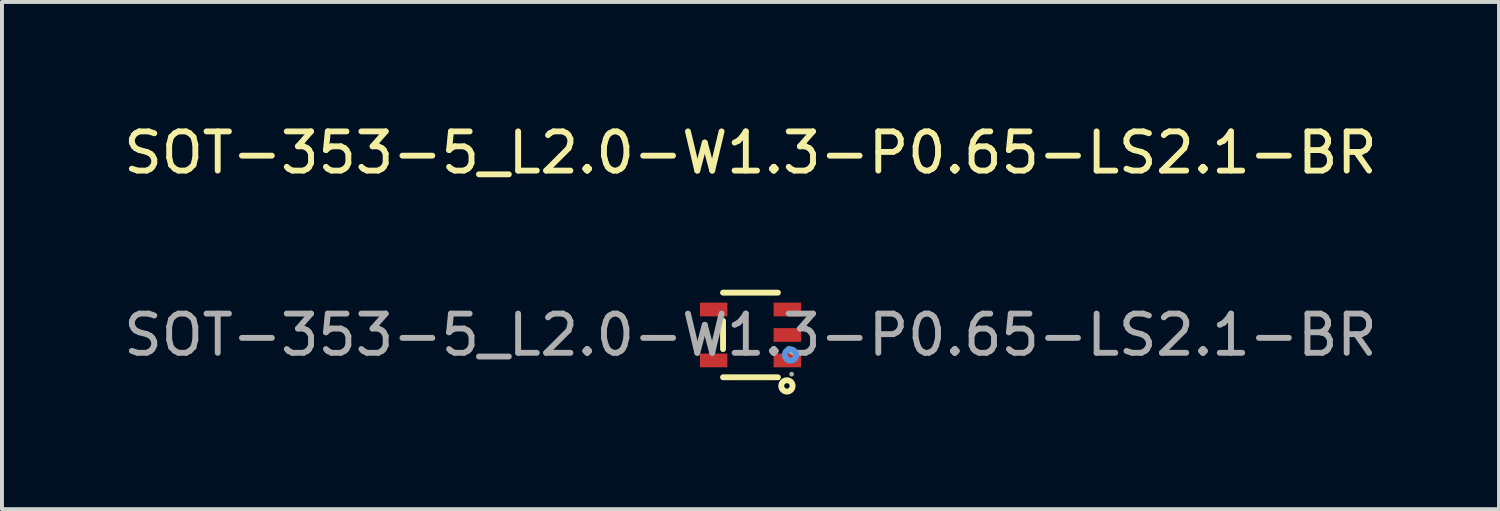
<source format=kicad_pcb>
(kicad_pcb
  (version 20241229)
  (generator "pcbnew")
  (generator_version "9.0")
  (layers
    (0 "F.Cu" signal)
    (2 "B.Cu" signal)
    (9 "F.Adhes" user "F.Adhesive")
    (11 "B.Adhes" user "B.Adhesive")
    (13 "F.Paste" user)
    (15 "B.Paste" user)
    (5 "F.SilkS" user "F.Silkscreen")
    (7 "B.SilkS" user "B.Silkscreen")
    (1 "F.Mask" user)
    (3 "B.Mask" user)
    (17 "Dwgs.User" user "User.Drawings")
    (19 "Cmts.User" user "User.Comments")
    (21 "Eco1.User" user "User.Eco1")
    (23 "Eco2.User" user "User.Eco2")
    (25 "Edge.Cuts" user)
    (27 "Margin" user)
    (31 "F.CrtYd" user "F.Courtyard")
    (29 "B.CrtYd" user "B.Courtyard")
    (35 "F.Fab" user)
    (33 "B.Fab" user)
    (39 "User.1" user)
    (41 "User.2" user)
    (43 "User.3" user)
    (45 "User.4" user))
  (footprint "SOT-353-5_L2.0-W1.3-P0.65-LS2.1-BR"
    (layer "F.Cu")
    (at 16.101 5.498)
    (property "Reference" "SOT-353-5_L2.0-W1.3-P0.65-LS2.1-BR" (at 0 -4.65 0) (layer "F.SilkS") (effects (font (size 1 1) (thickness 0.15))))
    (attr smd)
    (fp_line (start -0.7 0.36) (end -0.7 -0.36) (stroke (width 0.15) (type solid)) (layer "F.SilkS"))
    (fp_line (start 0.7 -1.08) (end -0.7 -1.08) (stroke (width 0.15) (type solid)) (layer "F.SilkS"))
    (fp_line (start 0.7 1.08) (end -0.7 1.08) (stroke (width 0.15) (type solid)) (layer "F.SilkS"))
    (fp_circle (center 0.93 1.3) (end 1 1.3) (stroke (width 0.15) (type solid)) (fill no) (layer "F.SilkS"))
    (fp_circle (center 1.02 0.51) (end 1.09 0.51) (stroke (width 0.15) (type solid)) (fill no) (layer "Cmts.User"))
    (fp_circle (center 1.05 1) (end 1.08 1) (stroke (width 0.06) (type solid)) (fill no) (layer "F.Fab"))
    (fp_text user "${REFERENCE}" (at 0 0 0) (layer "F.Fab") (effects (font (size 1 1) (thickness 0.15))))
    (pad "1" smd rect (at 0.94 0.65 90) (size 0.35 0.7) (layers "F.Cu" "F.Mask" "F.Paste"))
    (pad "2" smd rect (at 0.94 0 90) (size 0.35 0.7) (layers "F.Cu" "F.Mask" "F.Paste"))
    (pad "3" smd rect (at 0.94 -0.65 90) (size 0.35 0.7) (layers "F.Cu" "F.Mask" "F.Paste"))
    (pad "4" smd rect (at -0.94 -0.65 90) (size 0.35 0.7) (layers "F.Cu" "F.Mask" "F.Paste"))
    (pad "5" smd rect (at -0.94 0.65 90) (size 0.35 0.7) (layers "F.Cu" "F.Mask" "F.Paste")))
  (gr_rect
    (start -3 -3)
    (end 35.202 9.943)
    (stroke (width 0.1) (type default))
    (fill no)
    (layer "Edge.Cuts")))
</source>
